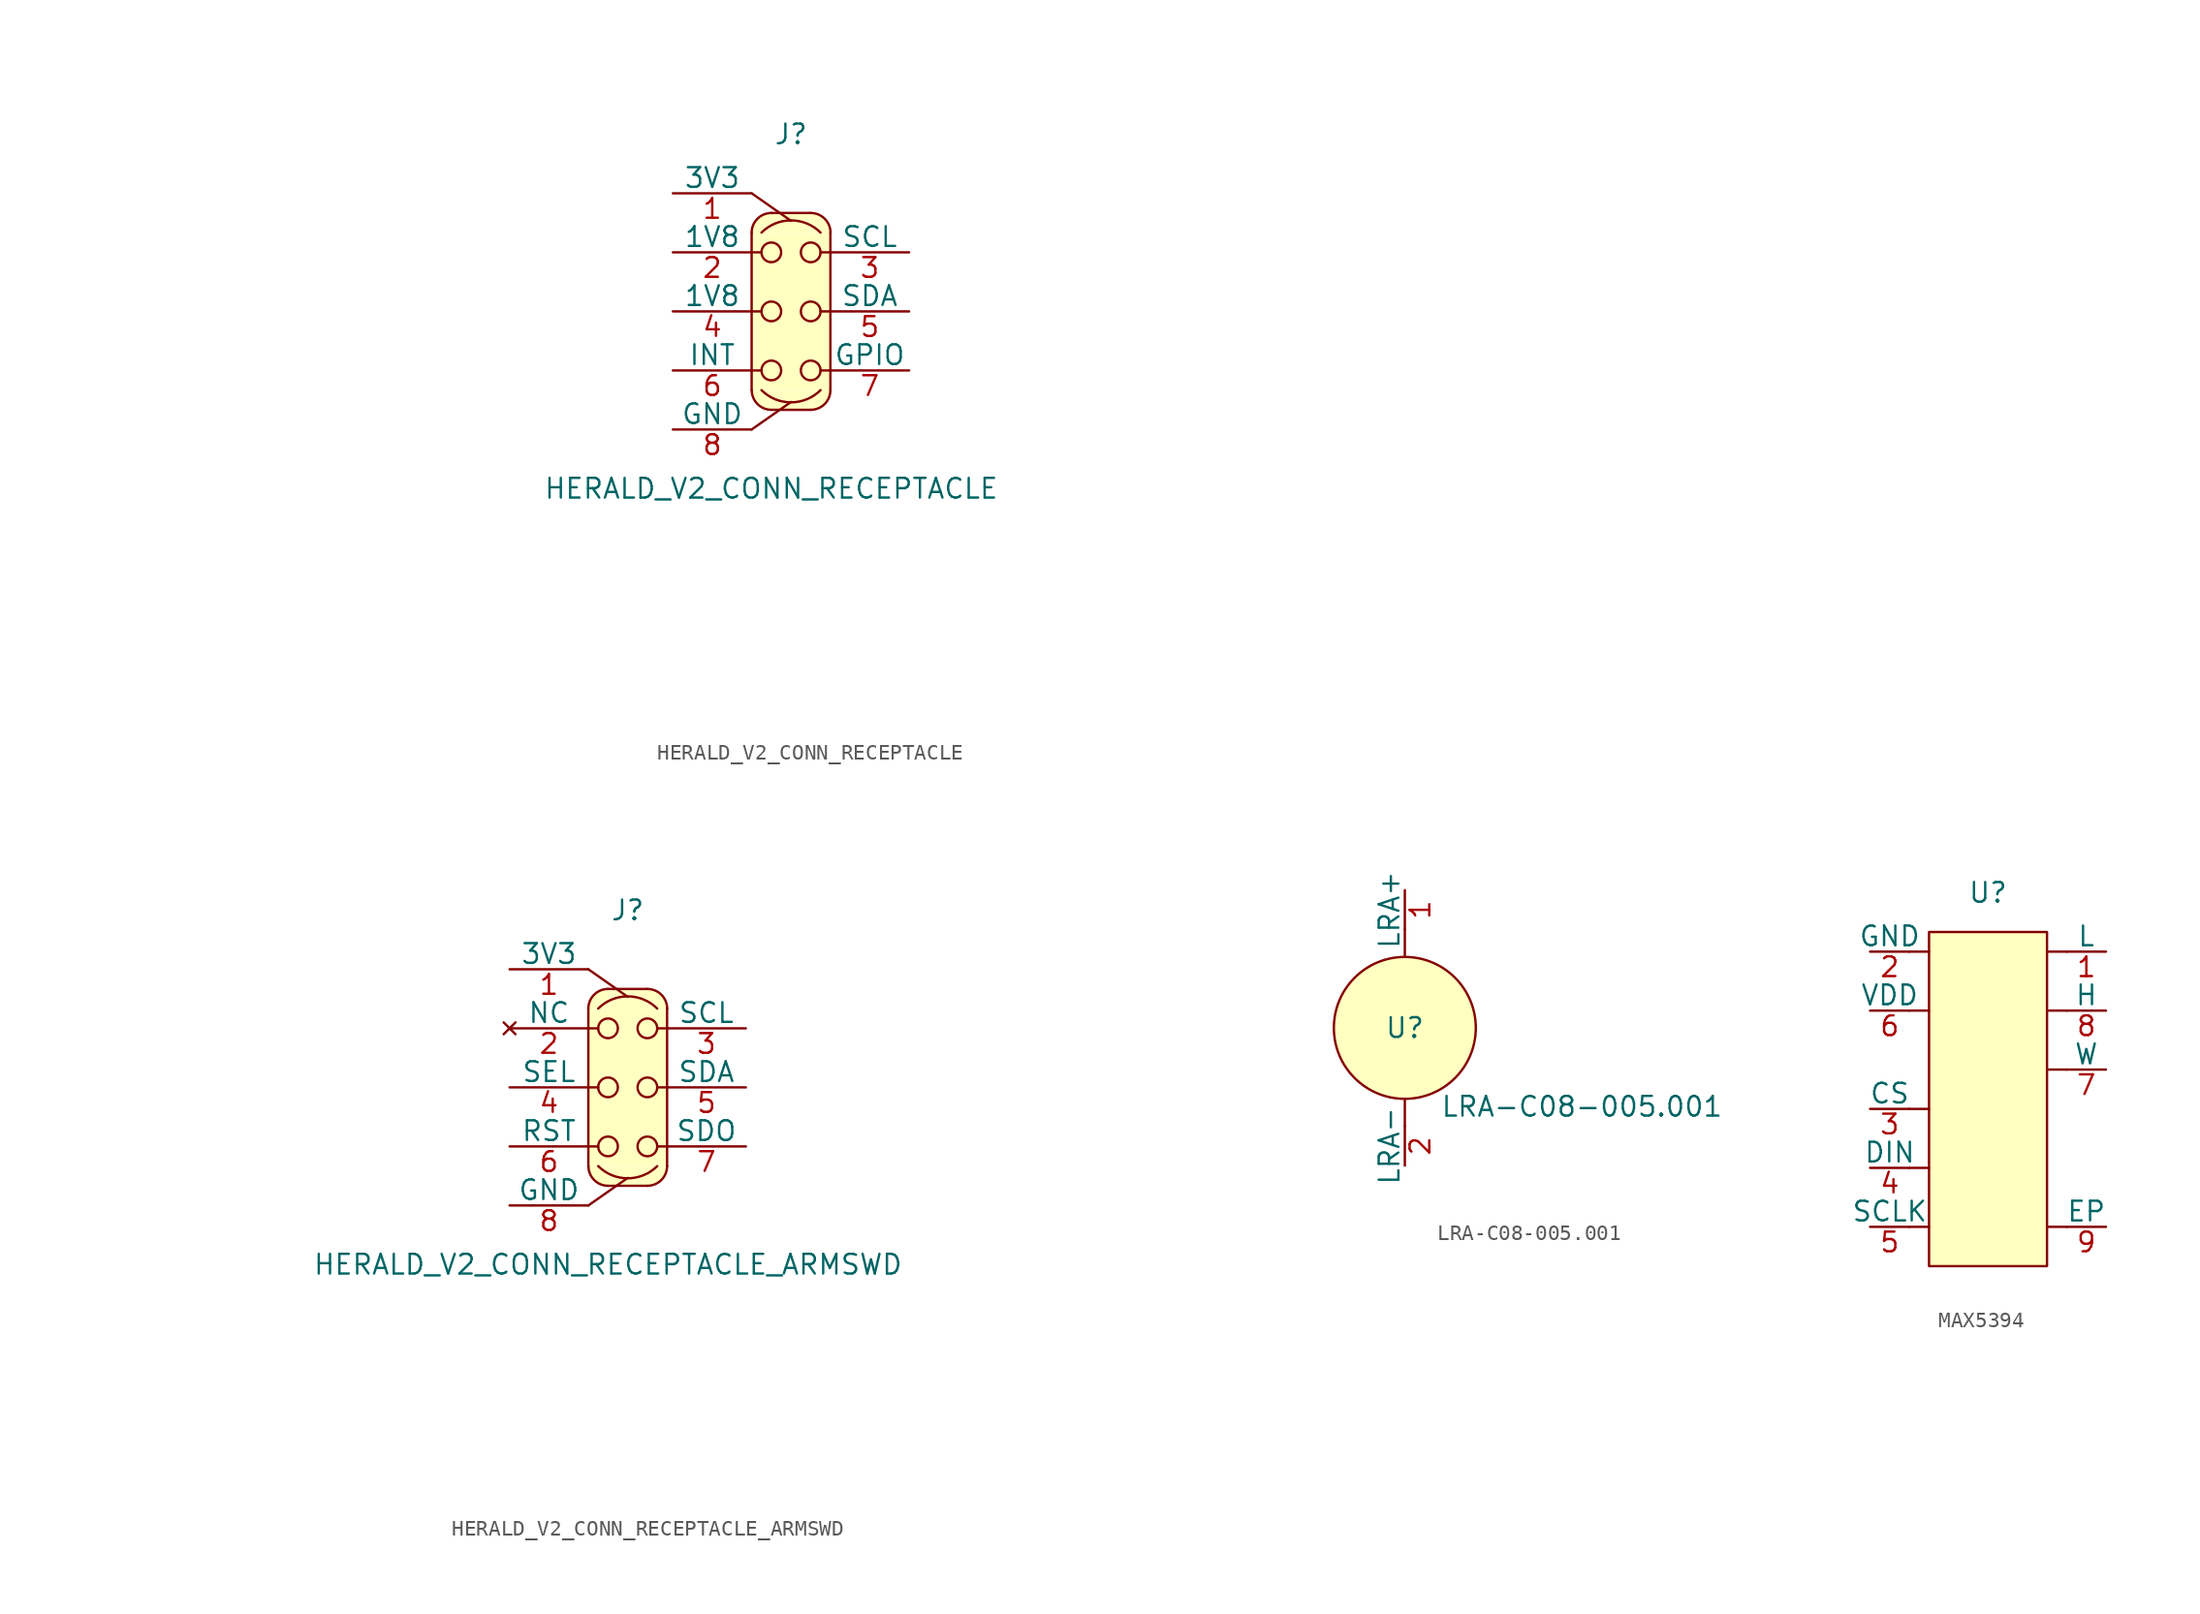
<source format=kicad_sym>
(kicad_symbol_lib
  (version 20220914)
  (generator kicad_symbol_editor)
  (symbol "HERALD_V2_CONN_RECEPTACLE"
    (pin_names
      (offset 0))
    (property "Reference" "J"
      (at 0 10.16 0)
      (effects (font (size 1.27 1.27))))
    (property "Value" "HERALD_V2_CONN_RECEPTACLE"
      (at -1.27 -12.7 0)
      (effects (font (size 1.27 1.27))))
    (symbol "HERALD_V2_CONN_RECEPTACLE_0_1"
      (polyline (pts (xy -2.54 -8.89) (xy 0 -7.112)) (stroke (width 0) (type default)) (fill (type none)))
      (polyline (pts (xy -2.54 -5.08) (xy -1.905 -5.08)) (stroke (width 0) (type default)) (fill (type none)))
      (polyline (pts (xy -2.54 -1.27) (xy -1.905 -1.27)) (stroke (width 0) (type default)) (fill (type none)))
      (polyline (pts (xy -2.54 2.54) (xy -1.905 2.54)) (stroke (width 0) (type default)) (fill (type none)))
      (polyline (pts (xy -2.54 6.35) (xy 0 4.572)) (stroke (width 0) (type default)) (fill (type none)))
      (polyline (pts (xy 2.54 -5.08) (xy 1.905 -5.08)) (stroke (width 0) (type default)) (fill (type none)))
      (polyline (pts (xy 2.54 -1.27) (xy 1.905 -1.27)) (stroke (width 0) (type default)) (fill (type none)))
      (polyline (pts (xy 2.54 2.54) (xy 1.905 2.54)) (stroke (width 0) (type default)) (fill (type none))))
    (symbol "HERALD_V2_CONN_RECEPTACLE_1_1"
      (arc (start -2.54 -6.35) (mid -2.168 -7.248) (end -1.27 -7.62) (stroke (width 0) (type default)) (fill (type background)))
      (rectangle (start -2.54 3.81) (end 2.54 -6.35) (stroke (width -0.0001) (type default)) (fill (type background)))
      (arc (start -1.905 -6.35) (mid 0 -7.1377) (end 1.905 -6.35) (stroke (width 0) (type default)) (fill (type none)))
      (rectangle (start -1.27 -6.35) (end 1.27 -7.62) (stroke (width -0.0001) (type default)) (fill (type background)))
      (circle (center -1.27 -5.08) (radius 0.635) (stroke (width 0) (type default)) (fill (type none)))
      (circle (center -1.27 -1.27) (radius 0.635) (stroke (width 0) (type default)) (fill (type none)))
      (circle (center -1.27 2.54) (radius 0.635) (stroke (width 0) (type default)) (fill (type none)))
      (arc (start -1.27 5.08) (mid -2.168 4.708) (end -2.54 3.81) (stroke (width 0) (type default)) (fill (type background)))
      (rectangle (start -1.27 5.08) (end 1.27 3.81) (stroke (width -0.0001) (type default)) (fill (type background)))
      (polyline (pts (xy -2.54 3.81) (xy -2.54 -6.35)) (stroke (width 0) (type default)) (fill (type none)))
      (polyline (pts (xy -1.27 -7.62) (xy 1.27 -7.62)) (stroke (width 0) (type default)) (fill (type none)))
      (polyline (pts (xy -1.27 5.08) (xy 1.27 5.08)) (stroke (width 0) (type default)) (fill (type none)))
      (polyline (pts (xy 2.54 -6.35) (xy 2.54 3.81)) (stroke (width 0) (type default)) (fill (type none)))
      (arc (start 1.27 -7.62) (mid 2.168 -7.248) (end 2.54 -6.35) (stroke (width 0) (type default)) (fill (type background)))
      (circle (center 1.27 -5.08) (radius 0.635) (stroke (width 0) (type default)) (fill (type none)))
      (circle (center 1.27 -1.27) (radius 0.635) (stroke (width 0) (type default)) (fill (type none)))
      (circle (center 1.27 2.54) (radius 0.635) (stroke (width 0) (type default)) (fill (type none)))
      (arc (start 1.905 3.8141) (mid 0 4.602) (end -1.905 3.8141) (stroke (width 0) (type default)) (fill (type none)))
      (arc (start 2.54 3.81) (mid 2.168 4.708) (end 1.27 5.08) (stroke (width 0) (type default)) (fill (type background)))
      (text private "Note: Signal (and 1V8 pins) are each max 0.5A, 3V3 and GND are both max 5A" (at 1.27 -24.13 0) (effects (font (face "KiCad Font") (size 1.27 1.27))))
      (text private "Note: You MUST join both 1V8 pins together immediately to allow greater current." (at 1.27 -20.32 0) (effects (font (face "KiCad Font") (size 1.27 1.27))))
      (pin power_in line (at -7.62 6.35 0) (length 5.08) (name "3V3" (effects (font (size 1.27 1.27)))) (number "1" (effects (font (size 1.27 1.27)))))
      (pin power_in line (at -7.62 2.54 0) (length 5.08) (name "1V8" (effects (font (size 1.27 1.27)))) (number "2" (effects (font (size 1.27 1.27)))))
      (pin passive line (at 7.62 2.54 180) (length 5.08) (name "SCL" (effects (font (size 1.27 1.27)))) (number "3" (effects (font (size 1.27 1.27)))))
      (pin power_in line (at -7.62 -1.27 0) (length 5.08) (name "1V8" (effects (font (size 1.27 1.27)))) (number "4" (effects (font (size 1.27 1.27)))))
      (pin bidirectional line (at 7.62 -1.27 180) (length 5.08) (name "SDA" (effects (font (size 1.27 1.27)))) (number "5" (effects (font (size 1.27 1.27)))))
      (pin bidirectional line (at -7.62 -5.08 0) (length 5.08) (name "INT" (effects (font (size 1.27 1.27)))) (number "6" (effects (font (size 1.27 1.27)))))
      (pin bidirectional line (at 7.62 -5.08 180) (length 5.08) (name "GPIO" (effects (font (size 1.27 1.27)))) (number "7" (effects (font (size 1.27 1.27)))))
      (pin power_in line (at -7.62 -8.89 0) (length 5.08) (name "GND" (effects (font (size 1.27 1.27)))) (number "8" (effects (font (size 1.27 1.27)))))))
  (symbol "HERALD_V2_CONN_RECEPTACLE_ARMSWD"
    (pin_names
      (offset 0))
    (property "Reference" "J"
      (at 0 10.16 0)
      (effects (font (size 1.27 1.27))))
    (property "Value" "HERALD_V2_CONN_RECEPTACLE_ARMSWD"
      (at -1.27 -12.7 0)
      (effects (font (size 1.27 1.27))))
    (symbol "HERALD_V2_CONN_RECEPTACLE_ARMSWD_0_1"
      (polyline (pts (xy -2.54 -8.89) (xy 0 -7.112)) (stroke (width 0) (type default)) (fill (type none)))
      (polyline (pts (xy -2.54 -5.08) (xy -1.905 -5.08)) (stroke (width 0) (type default)) (fill (type none)))
      (polyline (pts (xy -2.54 -1.27) (xy -1.905 -1.27)) (stroke (width 0) (type default)) (fill (type none)))
      (polyline (pts (xy -2.54 2.54) (xy -1.905 2.54)) (stroke (width 0) (type default)) (fill (type none)))
      (polyline (pts (xy -2.54 6.35) (xy 0 4.572)) (stroke (width 0) (type default)) (fill (type none)))
      (polyline (pts (xy 2.54 -5.08) (xy 1.905 -5.08)) (stroke (width 0) (type default)) (fill (type none)))
      (polyline (pts (xy 2.54 -1.27) (xy 1.905 -1.27)) (stroke (width 0) (type default)) (fill (type none)))
      (polyline (pts (xy 2.54 2.54) (xy 1.905 2.54)) (stroke (width 0) (type default)) (fill (type none))))
    (symbol "HERALD_V2_CONN_RECEPTACLE_ARMSWD_1_1"
      (arc (start -2.54 -6.35) (mid -2.168 -7.248) (end -1.27 -7.62) (stroke (width 0) (type default)) (fill (type background)))
      (rectangle (start -2.54 3.81) (end 2.54 -6.35) (stroke (width -0.0001) (type default)) (fill (type background)))
      (arc (start -1.905 -6.35) (mid 0 -7.1377) (end 1.905 -6.35) (stroke (width 0) (type default)) (fill (type none)))
      (rectangle (start -1.27 -6.35) (end 1.27 -7.62) (stroke (width -0.0001) (type default)) (fill (type background)))
      (circle (center -1.27 -5.08) (radius 0.635) (stroke (width 0) (type default)) (fill (type none)))
      (circle (center -1.27 -1.27) (radius 0.635) (stroke (width 0) (type default)) (fill (type none)))
      (circle (center -1.27 2.54) (radius 0.635) (stroke (width 0) (type default)) (fill (type none)))
      (arc (start -1.27 5.08) (mid -2.168 4.708) (end -2.54 3.81) (stroke (width 0) (type default)) (fill (type background)))
      (rectangle (start -1.27 5.08) (end 1.27 3.81) (stroke (width -0.0001) (type default)) (fill (type background)))
      (polyline (pts (xy -2.54 3.81) (xy -2.54 -6.35)) (stroke (width 0) (type default)) (fill (type none)))
      (polyline (pts (xy -1.27 -7.62) (xy 1.27 -7.62)) (stroke (width 0) (type default)) (fill (type none)))
      (polyline (pts (xy -1.27 5.08) (xy 1.27 5.08)) (stroke (width 0) (type default)) (fill (type none)))
      (polyline (pts (xy 2.54 -6.35) (xy 2.54 3.81)) (stroke (width 0) (type default)) (fill (type none)))
      (arc (start 1.27 -7.62) (mid 2.168 -7.248) (end 2.54 -6.35) (stroke (width 0) (type default)) (fill (type background)))
      (circle (center 1.27 -5.08) (radius 0.635) (stroke (width 0) (type default)) (fill (type none)))
      (circle (center 1.27 -1.27) (radius 0.635) (stroke (width 0) (type default)) (fill (type none)))
      (circle (center 1.27 2.54) (radius 0.635) (stroke (width 0) (type default)) (fill (type none)))
      (arc (start 1.905 3.8141) (mid 0 4.602) (end -1.905 3.8141) (stroke (width 0) (type default)) (fill (type none)))
      (arc (start 2.54 3.81) (mid 2.168 4.708) (end 1.27 5.08) (stroke (width 0) (type default)) (fill (type background)))
      (text private "Note: Signal are each max 0.5A, 3V3 and GND are both max 5A" (at 1.27 -24.13 0) (effects (font (face "KiCad Font") (size 1.27 1.27))))
      (pin passive line (at -7.62 6.35 0) (length 5.08) (name "3V3" (effects (font (size 1.27 1.27)))) (number "1" (effects (font (size 1.27 1.27)))))
      (pin no_connect line (at -7.62 2.54 0) (length 5.08) (name "NC" (effects (font (size 1.27 1.27)))) (number "2" (effects (font (size 1.27 1.27)))))
      (pin passive line (at 7.62 2.54 180) (length 5.08) (name "SCL" (effects (font (size 1.27 1.27)))) (number "3" (effects (font (size 1.27 1.27)))))
      (pin bidirectional line (at -7.62 -1.27 0) (length 5.08) (name "SEL" (effects (font (size 1.27 1.27)))) (number "4" (effects (font (size 1.27 1.27)))))
      (pin bidirectional line (at 7.62 -1.27 180) (length 5.08) (name "SDA" (effects (font (size 1.27 1.27)))) (number "5" (effects (font (size 1.27 1.27)))))
      (pin bidirectional line (at -7.62 -5.08 0) (length 5.08) (name "RST" (effects (font (size 1.27 1.27)))) (number "6" (effects (font (size 1.27 1.27)))))
      (pin bidirectional line (at 7.62 -5.08 180) (length 5.08) (name "SDO" (effects (font (size 1.27 1.27)))) (number "7" (effects (font (size 1.27 1.27)))))
      (pin passive line (at -7.62 -8.89 0) (length 5.08) (name "GND" (effects (font (size 1.27 1.27)))) (number "8" (effects (font (size 1.27 1.27)))))))
  (symbol "LRA-C08-005.001"
    (pin_names
      (offset 0))
    (property "Reference" "U"
      (at 0 0 0)
      (effects (font (size 1.27 1.27))))
    (property "Value" "LRA-C08-005.001"
      (at 11.43 -5.08 0)
      (effects (font (size 1.27 1.27))))
    (symbol "LRA-C08-005.001_0_1"
      (polyline (pts (xy 0 -6.35) (xy 0 -4.572)) (stroke (width 0) (type default)) (fill (type none)))
      (polyline (pts (xy 0 6.35) (xy 0 4.572)) (stroke (width 0) (type default)) (fill (type none))))
    (symbol "LRA-C08-005.001_1_1"
      (circle (center 0 0) (radius 4.579) (stroke (width 0) (type default)) (fill (type background)))
      (pin bidirectional line (at 0 8.89 270) (length 2.54) (name "LRA+" (effects (font (size 1.27 1.27)))) (number "1" (effects (font (size 1.27 1.27)))))
      (pin bidirectional line (at 0 -8.89 90) (length 2.54) (name "LRA-" (effects (font (size 1.27 1.27)))) (number "2" (effects (font (size 1.27 1.27)))))))
  (symbol "MAX5394"
    (pin_names
      (offset 0))
    (property "Reference" "U"
      (at 0 6.35 0)
      (effects (font (size 1.27 1.27))))
    (property "Value" ""
      (at 0 0 0)
      (effects (font (size 1.27 1.27))))
    (symbol "MAX5394_0_1"
      (polyline (pts (xy -5.08 -15.24) (xy -3.81 -15.24)) (stroke (width 0) (type default)) (fill (type none)))
      (polyline (pts (xy -5.08 -11.43) (xy -3.81 -11.43)) (stroke (width 0) (type default)) (fill (type none)))
      (polyline (pts (xy -5.08 -7.62) (xy -3.81 -7.62)) (stroke (width 0) (type default)) (fill (type none)))
      (polyline (pts (xy -5.08 -1.27) (xy -3.81 -1.27)) (stroke (width 0) (type default)) (fill (type none)))
      (polyline (pts (xy -5.08 2.54) (xy -3.81 2.54)) (stroke (width 0) (type default)) (fill (type none)))
      (polyline (pts (xy 5.08 -15.24) (xy 3.81 -15.24)) (stroke (width 0) (type default)) (fill (type none)))
      (polyline (pts (xy 5.08 -5.08) (xy 3.81 -5.08)) (stroke (width 0) (type default)) (fill (type none)))
      (polyline (pts (xy 5.08 -1.27) (xy 3.81 -1.27)) (stroke (width 0) (type default)) (fill (type none)))
      (polyline (pts (xy 5.08 2.54) (xy 3.81 2.54)) (stroke (width 0) (type default)) (fill (type none))))
    (symbol "MAX5394_1_1"
      (rectangle (start -3.81 3.81) (end 3.81 -17.78) (stroke (width 0) (type default)) (fill (type background)))
      (pin bidirectional line (at 7.62 2.54 180) (length 2.54) (name "L" (effects (font (size 1.27 1.27)))) (number "1" (effects (font (size 1.27 1.27)))))
      (pin passive line (at -7.62 2.54 0) (length 2.54) (name "GND" (effects (font (size 1.27 1.27)))) (number "2" (effects (font (size 1.27 1.27)))))
      (pin input line (at -7.62 -7.62 0) (length 2.54) (name "CS" (effects (font (size 1.27 1.27)))) (number "3" (effects (font (size 1.27 1.27)))))
      (pin input line (at -7.62 -11.43 0) (length 2.54) (name "DIN" (effects (font (size 1.27 1.27)))) (number "4" (effects (font (size 1.27 1.27)))))
      (pin passive line (at -7.62 -15.24 0) (length 2.54) (name "SCLK" (effects (font (size 1.27 1.27)))) (number "5" (effects (font (size 1.27 1.27)))))
      (pin power_in line (at -7.62 -1.27 0) (length 2.54) (name "VDD" (effects (font (size 1.27 1.27)))) (number "6" (effects (font (size 1.27 1.27)))))
      (pin bidirectional line (at 7.62 -5.08 180) (length 2.54) (name "W" (effects (font (size 1.27 1.27)))) (number "7" (effects (font (size 1.27 1.27)))))
      (pin bidirectional line (at 7.62 -1.27 180) (length 2.54) (name "H" (effects (font (size 1.27 1.27)))) (number "8" (effects (font (size 1.27 1.27)))))
      (pin passive line (at 7.62 -15.24 180) (length 2.54) (name "EP" (effects (font (size 1.27 1.27)))) (number "9" (effects (font (size 1.27 1.27))))))))
</source>
